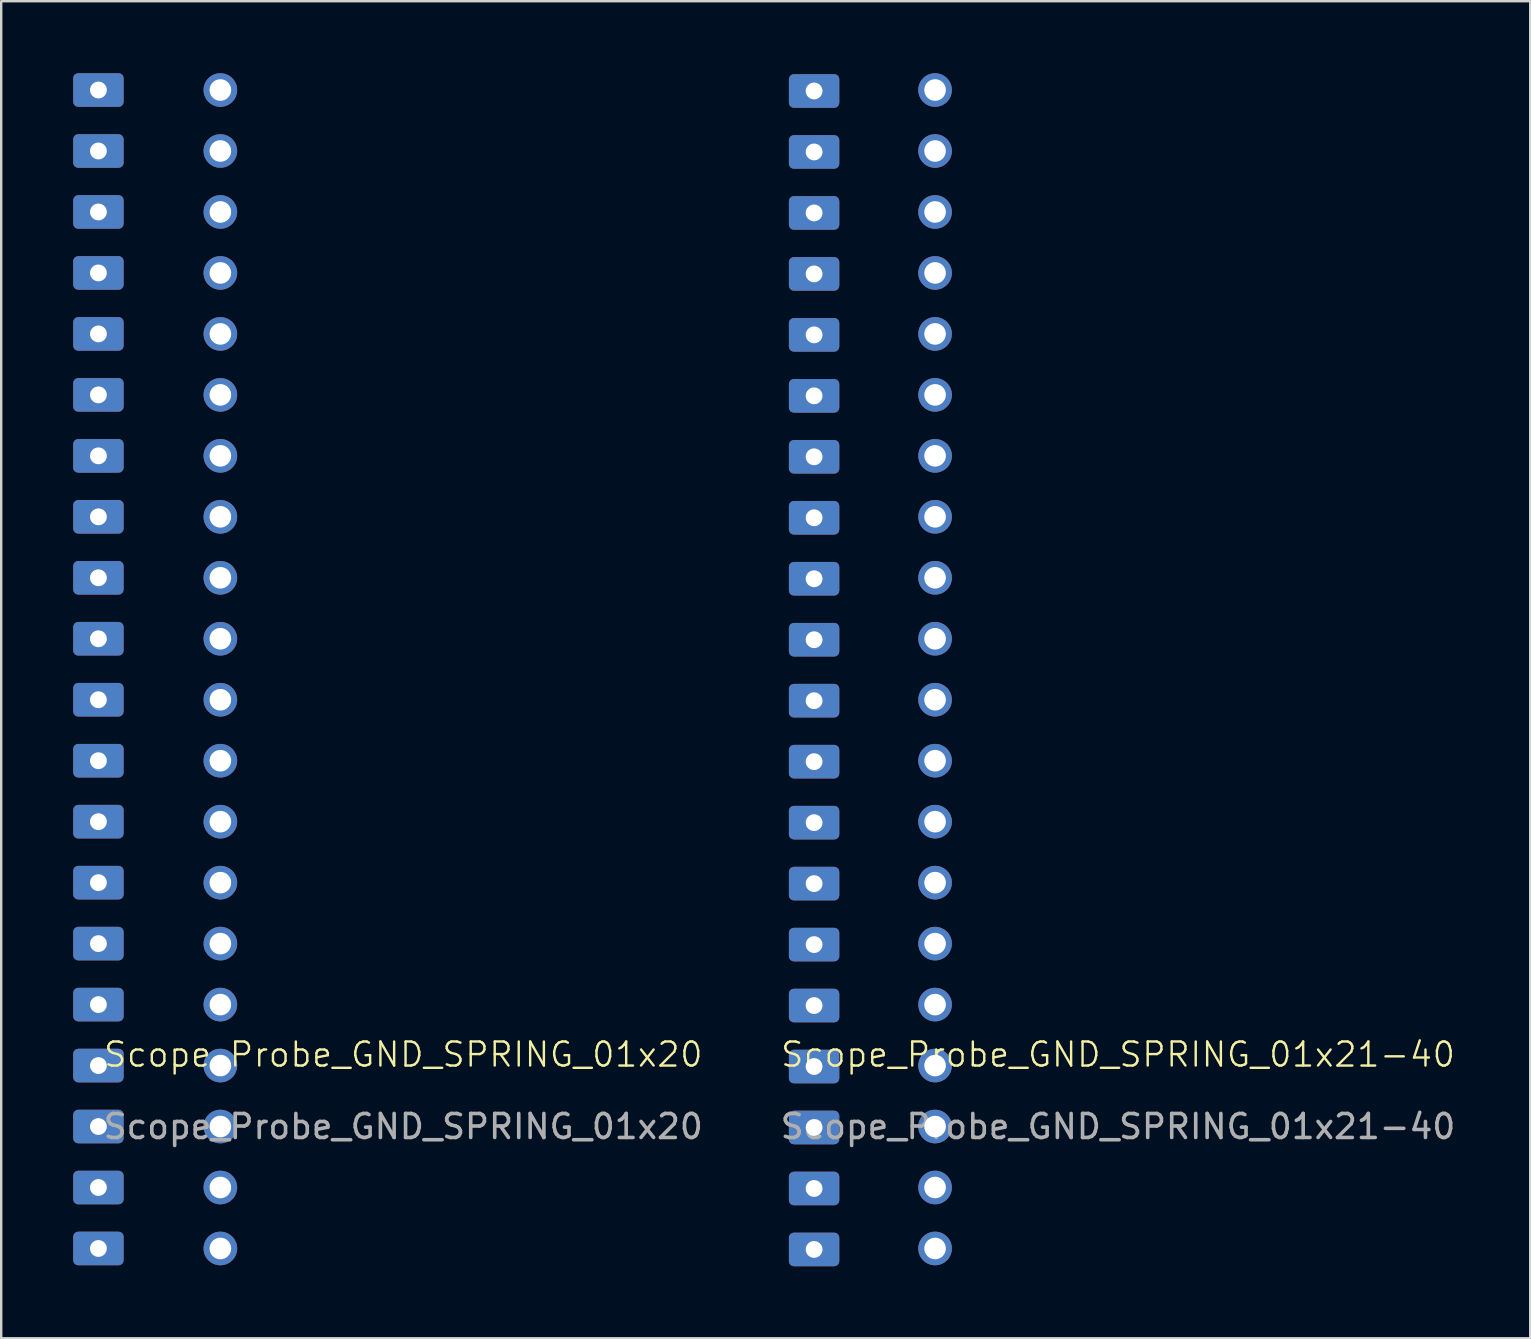
<source format=kicad_pcb>
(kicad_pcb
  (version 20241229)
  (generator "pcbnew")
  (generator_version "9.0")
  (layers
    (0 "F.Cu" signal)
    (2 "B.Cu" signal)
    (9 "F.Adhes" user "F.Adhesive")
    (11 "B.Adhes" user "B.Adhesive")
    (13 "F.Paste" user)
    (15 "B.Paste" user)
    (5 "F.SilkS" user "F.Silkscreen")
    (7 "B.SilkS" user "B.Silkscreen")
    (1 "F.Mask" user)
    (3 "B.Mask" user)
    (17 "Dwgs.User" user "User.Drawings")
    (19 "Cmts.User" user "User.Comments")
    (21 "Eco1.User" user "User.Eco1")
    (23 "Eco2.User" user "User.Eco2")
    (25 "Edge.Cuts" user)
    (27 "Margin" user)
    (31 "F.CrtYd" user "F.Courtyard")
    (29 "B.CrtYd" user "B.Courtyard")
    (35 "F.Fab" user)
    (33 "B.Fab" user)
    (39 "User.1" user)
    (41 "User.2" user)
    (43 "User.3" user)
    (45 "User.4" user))
  (footprint "Scope_Probe_GND_SPRING_01x21-40"
    (layer "F.Cu")
    (at 35.904 24.83)
    (property "Reference" "Scope_Probe_GND_SPRING_01x21-40" (at 7.62 16.05 0) (unlocked yes) (layer "F.SilkS") (effects (font (size 1 1) (thickness 0.1))))
    (attr smd)
    (fp_text user "${REFERENCE}" (at 7.62 19.05 0) (unlocked yes) (layer "F.Fab") (effects (font (size 1 1) (thickness 0.15))))
    (pad "21" thru_hole circle (at 0 -24.13 180) (size 1.4 1.4) (drill 0.9) (layers "*.Cu" "*.Mask"))
    (pad "22" thru_hole circle (at 0 -21.59 180) (size 1.4 1.4) (drill 0.9) (layers "*.Cu" "*.Mask"))
    (pad "23" thru_hole circle (at 0 -19.05 180) (size 1.4 1.4) (drill 0.9) (layers "*.Cu" "*.Mask"))
    (pad "24" thru_hole circle (at 0 -16.51 180) (size 1.4 1.4) (drill 0.9) (layers "*.Cu" "*.Mask"))
    (pad "25" thru_hole circle (at 0 -13.97 180) (size 1.4 1.4) (drill 0.9) (layers "*.Cu" "*.Mask"))
    (pad "26" thru_hole circle (at 0 -11.43 180) (size 1.4 1.4) (drill 0.9) (layers "*.Cu" "*.Mask"))
    (pad "27" thru_hole circle (at 0 -8.89 180) (size 1.4 1.4) (drill 0.9) (layers "*.Cu" "*.Mask"))
    (pad "28" thru_hole circle (at 0 -6.35 180) (size 1.4 1.4) (drill 0.9) (layers "*.Cu" "*.Mask"))
    (pad "29" thru_hole circle (at 0 -3.81 180) (size 1.4 1.4) (drill 0.9) (layers "*.Cu" "*.Mask"))
    (pad "30" thru_hole circle (at 0 -1.27 180) (size 1.4 1.4) (drill 0.9) (layers "*.Cu" "*.Mask"))
    (pad "31" thru_hole circle (at 0 1.27 180) (size 1.4 1.4) (drill 0.9) (layers "*.Cu" "*.Mask"))
    (pad "32" thru_hole circle (at 0 3.81 180) (size 1.4 1.4) (drill 0.9) (layers "*.Cu" "*.Mask"))
    (pad "33" thru_hole circle (at 0 6.35 180) (size 1.4 1.4) (drill 0.9) (layers "*.Cu" "*.Mask"))
    (pad "34" thru_hole circle (at 0 8.89 180) (size 1.4 1.4) (drill 0.9) (layers "*.Cu" "*.Mask"))
    (pad "35" thru_hole circle (at 0 11.43 180) (size 1.4 1.4) (drill 0.9) (layers "*.Cu" "*.Mask"))
    (pad "36" thru_hole circle (at 0 13.97 180) (size 1.4 1.4) (drill 0.9) (layers "*.Cu" "*.Mask"))
    (pad "37" thru_hole circle (at 0 16.51 180) (size 1.4 1.4) (drill 0.9) (layers "*.Cu" "*.Mask"))
    (pad "38" thru_hole circle (at 0 19.05 180) (size 1.4 1.4) (drill 0.9) (layers "*.Cu" "*.Mask"))
    (pad "39" thru_hole circle (at 0 21.59 180) (size 1.4 1.4) (drill 0.9) (layers "*.Cu" "*.Mask"))
    (pad "40" thru_hole circle (at 0 24.13 180) (size 1.4 1.4) (drill 0.9) (layers "*.Cu" "*.Mask"))
    (pad "GND1" thru_hole roundrect (at -5.04 -24.09 180) (size 2.1 1.4) (drill 0.7) (layers "*.Cu" "*.Mask") (roundrect_rratio 0.15))
    (pad "GND1" thru_hole roundrect (at -5.04 -21.55 180) (size 2.1 1.4) (drill 0.7) (layers "*.Cu" "*.Mask") (roundrect_rratio 0.15))
    (pad "GND1" thru_hole roundrect (at -5.04 -19.01 180) (size 2.1 1.4) (drill 0.7) (layers "*.Cu" "*.Mask") (roundrect_rratio 0.15))
    (pad "GND1" thru_hole roundrect (at -5.04 -16.47 180) (size 2.1 1.4) (drill 0.7) (layers "*.Cu" "*.Mask") (roundrect_rratio 0.15))
    (pad "GND1" thru_hole roundrect (at -5.04 -13.93 180) (size 2.1 1.4) (drill 0.7) (layers "*.Cu" "*.Mask") (roundrect_rratio 0.15))
    (pad "GND1" thru_hole roundrect (at -5.04 -11.39 180) (size 2.1 1.4) (drill 0.7) (layers "*.Cu" "*.Mask") (roundrect_rratio 0.15))
    (pad "GND1" thru_hole roundrect (at -5.04 -8.85 180) (size 2.1 1.4) (drill 0.7) (layers "*.Cu" "*.Mask") (roundrect_rratio 0.15))
    (pad "GND1" thru_hole roundrect (at -5.04 -6.31 180) (size 2.1 1.4) (drill 0.7) (layers "*.Cu" "*.Mask") (roundrect_rratio 0.15))
    (pad "GND1" thru_hole roundrect (at -5.04 -3.77 180) (size 2.1 1.4) (drill 0.7) (layers "*.Cu" "*.Mask") (roundrect_rratio 0.15))
    (pad "GND1" thru_hole roundrect (at -5.04 -1.23 180) (size 2.1 1.4) (drill 0.7) (layers "*.Cu" "*.Mask") (roundrect_rratio 0.15))
    (pad "GND1" thru_hole roundrect (at -5.04 1.31 180) (size 2.1 1.4) (drill 0.7) (layers "*.Cu" "*.Mask") (roundrect_rratio 0.15))
    (pad "GND1" thru_hole roundrect (at -5.04 3.85 180) (size 2.1 1.4) (drill 0.7) (layers "*.Cu" "*.Mask") (roundrect_rratio 0.15))
    (pad "GND1" thru_hole roundrect (at -5.04 6.39 180) (size 2.1 1.4) (drill 0.7) (layers "*.Cu" "*.Mask") (roundrect_rratio 0.15))
    (pad "GND1" thru_hole roundrect (at -5.04 8.93 180) (size 2.1 1.4) (drill 0.7) (layers "*.Cu" "*.Mask") (roundrect_rratio 0.15))
    (pad "GND1" thru_hole roundrect (at -5.04 11.47 180) (size 2.1 1.4) (drill 0.7) (layers "*.Cu" "*.Mask") (roundrect_rratio 0.15))
    (pad "GND1" thru_hole roundrect (at -5.04 14.01 180) (size 2.1 1.4) (drill 0.7) (layers "*.Cu" "*.Mask") (roundrect_rratio 0.15))
    (pad "GND1" thru_hole roundrect (at -5.04 16.55 180) (size 2.1 1.4) (drill 0.7) (layers "*.Cu" "*.Mask") (roundrect_rratio 0.15))
    (pad "GND1" thru_hole roundrect (at -5.04 19.09 180) (size 2.1 1.4) (drill 0.7) (layers "*.Cu" "*.Mask") (roundrect_rratio 0.15))
    (pad "GND1" thru_hole roundrect (at -5.04 21.63 180) (size 2.1 1.4) (drill 0.7) (layers "*.Cu" "*.Mask") (roundrect_rratio 0.15))
    (pad "GND1" thru_hole roundrect (at -5.04 24.17 180) (size 2.1 1.4) (drill 0.7) (layers "*.Cu" "*.Mask") (roundrect_rratio 0.15)))
  (footprint "Scope_Probe_GND_SPRING_01x20"
    (layer "F.Cu")
    (at 6.13 24.83)
    (property "Reference" "Scope_Probe_GND_SPRING_01x20" (at 7.62 16.05 0) (unlocked yes) (layer "F.SilkS") (effects (font (size 1 1) (thickness 0.1))))
    (attr smd)
    (fp_text user "${REFERENCE}" (at 7.62 19.05 0) (unlocked yes) (layer "F.Fab") (effects (font (size 1 1) (thickness 0.15))))
    (pad "1" thru_hole circle (at 0 -24.13 180) (size 1.4 1.4) (drill 0.9) (layers "*.Cu" "*.Mask"))
    (pad "2" thru_hole circle (at 0 -21.59 180) (size 1.4 1.4) (drill 0.9) (layers "*.Cu" "*.Mask"))
    (pad "3" thru_hole circle (at 0 -19.05 180) (size 1.4 1.4) (drill 0.9) (layers "*.Cu" "*.Mask"))
    (pad "4" thru_hole circle (at 0 -16.51 180) (size 1.4 1.4) (drill 0.9) (layers "*.Cu" "*.Mask"))
    (pad "5" thru_hole circle (at 0 -13.97 180) (size 1.4 1.4) (drill 0.9) (layers "*.Cu" "*.Mask"))
    (pad "6" thru_hole circle (at 0 -11.43 180) (size 1.4 1.4) (drill 0.9) (layers "*.Cu" "*.Mask"))
    (pad "7" thru_hole circle (at 0 -8.89 180) (size 1.4 1.4) (drill 0.9) (layers "*.Cu" "*.Mask"))
    (pad "8" thru_hole circle (at 0 -6.35 180) (size 1.4 1.4) (drill 0.9) (layers "*.Cu" "*.Mask"))
    (pad "9" thru_hole circle (at 0 -3.81 180) (size 1.4 1.4) (drill 0.9) (layers "*.Cu" "*.Mask"))
    (pad "10" thru_hole circle (at 0 -1.27 180) (size 1.4 1.4) (drill 0.9) (layers "*.Cu" "*.Mask"))
    (pad "11" thru_hole circle (at 0 1.27 180) (size 1.4 1.4) (drill 0.9) (layers "*.Cu" "*.Mask"))
    (pad "12" thru_hole circle (at 0 3.81 180) (size 1.4 1.4) (drill 0.9) (layers "*.Cu" "*.Mask"))
    (pad "13" thru_hole circle (at 0 6.35 180) (size 1.4 1.4) (drill 0.9) (layers "*.Cu" "*.Mask"))
    (pad "14" thru_hole circle (at 0 8.89 180) (size 1.4 1.4) (drill 0.9) (layers "*.Cu" "*.Mask"))
    (pad "15" thru_hole circle (at 0 11.43 180) (size 1.4 1.4) (drill 0.9) (layers "*.Cu" "*.Mask"))
    (pad "16" thru_hole circle (at 0 13.97 180) (size 1.4 1.4) (drill 0.9) (layers "*.Cu" "*.Mask"))
    (pad "17" thru_hole circle (at 0 16.51 180) (size 1.4 1.4) (drill 0.9) (layers "*.Cu" "*.Mask"))
    (pad "18" thru_hole circle (at 0 19.05 180) (size 1.4 1.4) (drill 0.9) (layers "*.Cu" "*.Mask"))
    (pad "19" thru_hole circle (at 0 21.59 180) (size 1.4 1.4) (drill 0.9) (layers "*.Cu" "*.Mask"))
    (pad "20" thru_hole circle (at 0 24.13 180) (size 1.4 1.4) (drill 0.9) (layers "*.Cu" "*.Mask"))
    (pad "GND1" thru_hole roundrect (at -5.08 -24.13 180) (size 2.1 1.4) (drill 0.7) (layers "*.Cu" "*.Mask") (roundrect_rratio 0.15))
    (pad "GND1" thru_hole roundrect (at -5.08 -21.59 180) (size 2.1 1.4) (drill 0.7) (layers "*.Cu" "*.Mask") (roundrect_rratio 0.15))
    (pad "GND1" thru_hole roundrect (at -5.08 -19.05 180) (size 2.1 1.4) (drill 0.7) (layers "*.Cu" "*.Mask") (roundrect_rratio 0.15))
    (pad "GND1" thru_hole roundrect (at -5.08 -16.51 180) (size 2.1 1.4) (drill 0.7) (layers "*.Cu" "*.Mask") (roundrect_rratio 0.15))
    (pad "GND1" thru_hole roundrect (at -5.08 -13.97 180) (size 2.1 1.4) (drill 0.7) (layers "*.Cu" "*.Mask") (roundrect_rratio 0.15))
    (pad "GND1" thru_hole roundrect (at -5.08 -11.43 180) (size 2.1 1.4) (drill 0.7) (layers "*.Cu" "*.Mask") (roundrect_rratio 0.15))
    (pad "GND1" thru_hole roundrect (at -5.08 -8.89 180) (size 2.1 1.4) (drill 0.7) (layers "*.Cu" "*.Mask") (roundrect_rratio 0.15))
    (pad "GND1" thru_hole roundrect (at -5.08 -6.35 180) (size 2.1 1.4) (drill 0.7) (layers "*.Cu" "*.Mask") (roundrect_rratio 0.15))
    (pad "GND1" thru_hole roundrect (at -5.08 -3.81 180) (size 2.1 1.4) (drill 0.7) (layers "*.Cu" "*.Mask") (roundrect_rratio 0.15))
    (pad "GND1" thru_hole roundrect (at -5.08 -1.27 180) (size 2.1 1.4) (drill 0.7) (layers "*.Cu" "*.Mask") (roundrect_rratio 0.15))
    (pad "GND1" thru_hole roundrect (at -5.08 1.27 180) (size 2.1 1.4) (drill 0.7) (layers "*.Cu" "*.Mask") (roundrect_rratio 0.15))
    (pad "GND1" thru_hole roundrect (at -5.08 3.81 180) (size 2.1 1.4) (drill 0.7) (layers "*.Cu" "*.Mask") (roundrect_rratio 0.15))
    (pad "GND1" thru_hole roundrect (at -5.08 6.35 180) (size 2.1 1.4) (drill 0.7) (layers "*.Cu" "*.Mask") (roundrect_rratio 0.15))
    (pad "GND1" thru_hole roundrect (at -5.08 8.89 180) (size 2.1 1.4) (drill 0.7) (layers "*.Cu" "*.Mask") (roundrect_rratio 0.15))
    (pad "GND1" thru_hole roundrect (at -5.08 11.43 180) (size 2.1 1.4) (drill 0.7) (layers "*.Cu" "*.Mask") (roundrect_rratio 0.15))
    (pad "GND1" thru_hole roundrect (at -5.08 13.97 180) (size 2.1 1.4) (drill 0.7) (layers "*.Cu" "*.Mask") (roundrect_rratio 0.15))
    (pad "GND1" thru_hole roundrect (at -5.08 16.51 180) (size 2.1 1.4) (drill 0.7) (layers "*.Cu" "*.Mask") (roundrect_rratio 0.15))
    (pad "GND1" thru_hole roundrect (at -5.08 19.05 180) (size 2.1 1.4) (drill 0.7) (layers "*.Cu" "*.Mask") (roundrect_rratio 0.15))
    (pad "GND1" thru_hole roundrect (at -5.08 21.59 180) (size 2.1 1.4) (drill 0.7) (layers "*.Cu" "*.Mask") (roundrect_rratio 0.15))
    (pad "GND1" thru_hole roundrect (at -5.08 24.13 180) (size 2.1 1.4) (drill 0.7) (layers "*.Cu" "*.Mask") (roundrect_rratio 0.15)))
  (gr_rect
    (start -3 -3)
    (end 60.696 52.7)
    (stroke (width 0.1) (type default))
    (fill no)
    (layer "Edge.Cuts")))
</source>
